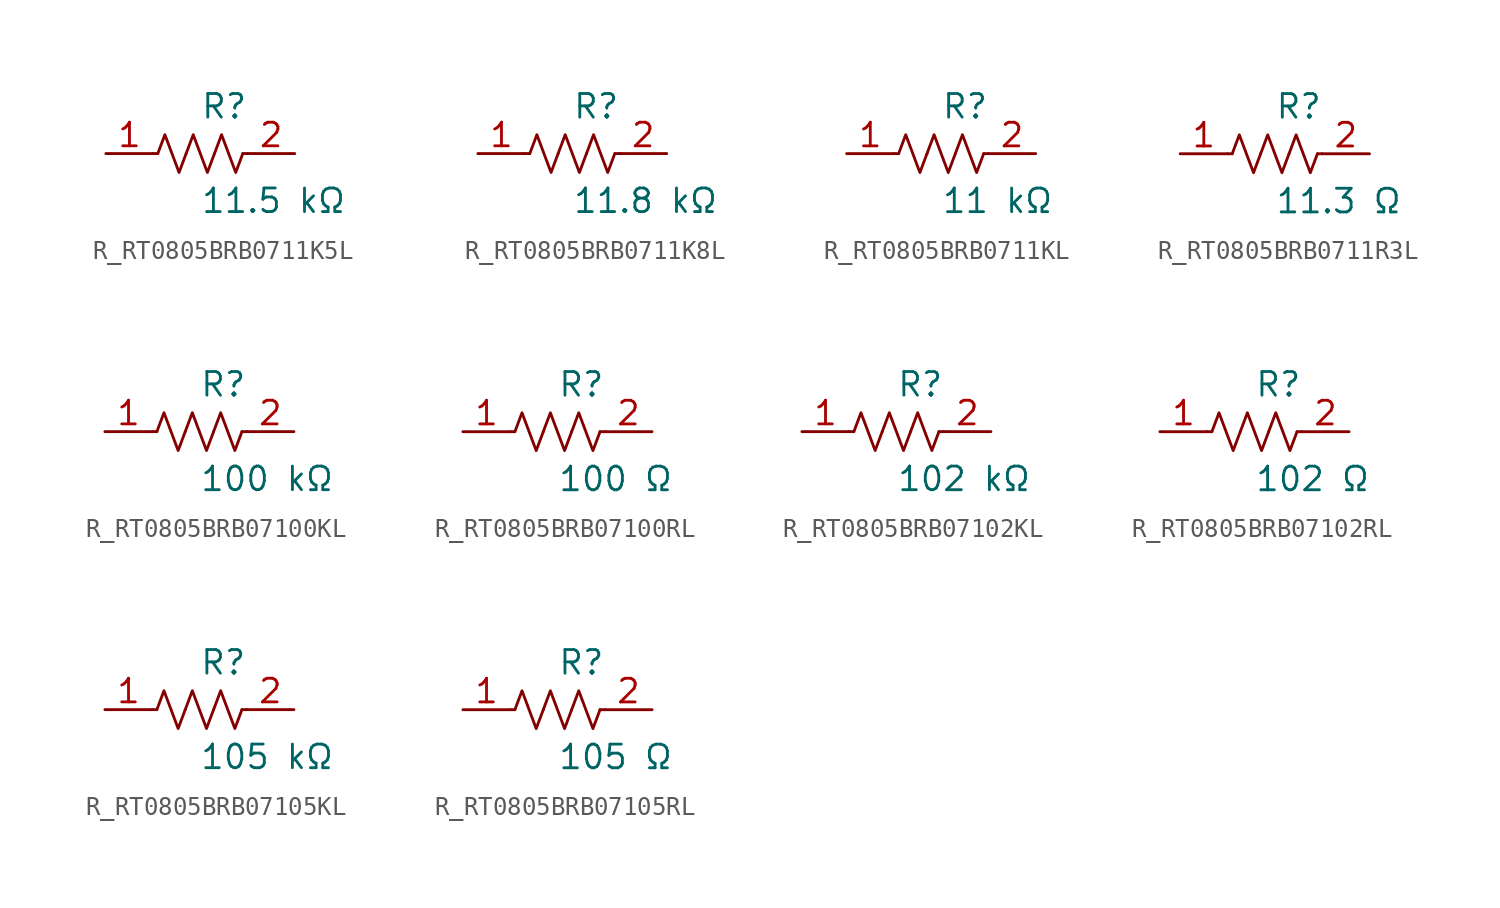
<source format=kicad_sym>
(kicad_symbol_lib
  (version 20231120)
  (generator kicad_symbol_editor)
  (generator_version 8.0)
  (symbol "R_RT0805BRB0711K5L"
    (pin_names
      (offset 0.254))
    (property "Reference" "R"
      (at 0 2.54 0)
      (effects (font (size 1.27 1.27)) (justify left)))
    (property "Value" "11.5 kΩ"
      (at 0 -2.54 0)
      (effects (font (size 1.27 1.27)) (justify left)))
    (symbol "R_RT0805BRB0711K5L_0_1"
      (polyline (pts (xy 2.286 0) (xy 2.54 0)) (stroke (width 0) (type default)) (fill (type none)))
      (polyline (pts (xy -2.286 0) (xy -2.54 0)) (stroke (width 0) (type default)) (fill (type none)))
      (polyline (pts (xy 0.762 0) (xy 1.143 1.016) (xy 1.524 0) (xy 1.905 -1.016) (xy 2.286 0)) (stroke (width 0) (type default)) (fill (type none)))
      (polyline (pts (xy -0.762 0) (xy -0.381 1.016) (xy 0 0) (xy 0.381 -1.016) (xy 0.762 0)) (stroke (width 0) (type default)) (fill (type none)))
      (polyline (pts (xy -2.286 0) (xy -1.905 1.016) (xy -1.524 0) (xy -1.143 -1.016) (xy -0.762 0)) (stroke (width 0) (type default)) (fill (type none))))
    (pin unspecified line
      (at -5.08 0 0)
      (length 2.54)
      (name "" (effects (font (size 1.27 1.27))))
      (number "1" (effects (font (size 1.27 1.27)))))
    (pin unspecified line
      (at 5.08 0 180)
      (length 2.54)
      (name "" (effects (font (size 1.27 1.27))))
      (number "2" (effects (font (size 1.27 1.27))))))
  (symbol "R_RT0805BRB0711K8L"
    (pin_names
      (offset 0.254))
    (property "Reference" "R"
      (at 0 2.54 0)
      (effects (font (size 1.27 1.27)) (justify left)))
    (property "Value" "11.8 kΩ"
      (at 0 -2.54 0)
      (effects (font (size 1.27 1.27)) (justify left)))
    (symbol "R_RT0805BRB0711K8L_0_1"
      (polyline (pts (xy 2.286 0) (xy 2.54 0)) (stroke (width 0) (type default)) (fill (type none)))
      (polyline (pts (xy -2.286 0) (xy -2.54 0)) (stroke (width 0) (type default)) (fill (type none)))
      (polyline (pts (xy 0.762 0) (xy 1.143 1.016) (xy 1.524 0) (xy 1.905 -1.016) (xy 2.286 0)) (stroke (width 0) (type default)) (fill (type none)))
      (polyline (pts (xy -0.762 0) (xy -0.381 1.016) (xy 0 0) (xy 0.381 -1.016) (xy 0.762 0)) (stroke (width 0) (type default)) (fill (type none)))
      (polyline (pts (xy -2.286 0) (xy -1.905 1.016) (xy -1.524 0) (xy -1.143 -1.016) (xy -0.762 0)) (stroke (width 0) (type default)) (fill (type none))))
    (pin unspecified line
      (at -5.08 0 0)
      (length 2.54)
      (name "" (effects (font (size 1.27 1.27))))
      (number "1" (effects (font (size 1.27 1.27)))))
    (pin unspecified line
      (at 5.08 0 180)
      (length 2.54)
      (name "" (effects (font (size 1.27 1.27))))
      (number "2" (effects (font (size 1.27 1.27))))))
  (symbol "R_RT0805BRB0711KL"
    (pin_names
      (offset 0.254))
    (property "Reference" "R"
      (at 0 2.54 0)
      (effects (font (size 1.27 1.27)) (justify left)))
    (property "Value" "11 kΩ"
      (at 0 -2.54 0)
      (effects (font (size 1.27 1.27)) (justify left)))
    (symbol "R_RT0805BRB0711KL_0_1"
      (polyline (pts (xy 2.286 0) (xy 2.54 0)) (stroke (width 0) (type default)) (fill (type none)))
      (polyline (pts (xy -2.286 0) (xy -2.54 0)) (stroke (width 0) (type default)) (fill (type none)))
      (polyline (pts (xy 0.762 0) (xy 1.143 1.016) (xy 1.524 0) (xy 1.905 -1.016) (xy 2.286 0)) (stroke (width 0) (type default)) (fill (type none)))
      (polyline (pts (xy -0.762 0) (xy -0.381 1.016) (xy 0 0) (xy 0.381 -1.016) (xy 0.762 0)) (stroke (width 0) (type default)) (fill (type none)))
      (polyline (pts (xy -2.286 0) (xy -1.905 1.016) (xy -1.524 0) (xy -1.143 -1.016) (xy -0.762 0)) (stroke (width 0) (type default)) (fill (type none))))
    (pin unspecified line
      (at -5.08 0 0)
      (length 2.54)
      (name "" (effects (font (size 1.27 1.27))))
      (number "1" (effects (font (size 1.27 1.27)))))
    (pin unspecified line
      (at 5.08 0 180)
      (length 2.54)
      (name "" (effects (font (size 1.27 1.27))))
      (number "2" (effects (font (size 1.27 1.27))))))
  (symbol "R_RT0805BRB0711R3L"
    (pin_names
      (offset 0.254))
    (property "Reference" "R"
      (at 0 2.54 0)
      (effects (font (size 1.27 1.27)) (justify left)))
    (property "Value" "11.3 Ω"
      (at 0 -2.54 0)
      (effects (font (size 1.27 1.27)) (justify left)))
    (symbol "R_RT0805BRB0711R3L_0_1"
      (polyline (pts (xy 2.286 0) (xy 2.54 0)) (stroke (width 0) (type default)) (fill (type none)))
      (polyline (pts (xy -2.286 0) (xy -2.54 0)) (stroke (width 0) (type default)) (fill (type none)))
      (polyline (pts (xy 0.762 0) (xy 1.143 1.016) (xy 1.524 0) (xy 1.905 -1.016) (xy 2.286 0)) (stroke (width 0) (type default)) (fill (type none)))
      (polyline (pts (xy -0.762 0) (xy -0.381 1.016) (xy 0 0) (xy 0.381 -1.016) (xy 0.762 0)) (stroke (width 0) (type default)) (fill (type none)))
      (polyline (pts (xy -2.286 0) (xy -1.905 1.016) (xy -1.524 0) (xy -1.143 -1.016) (xy -0.762 0)) (stroke (width 0) (type default)) (fill (type none))))
    (pin unspecified line
      (at -5.08 0 0)
      (length 2.54)
      (name "" (effects (font (size 1.27 1.27))))
      (number "1" (effects (font (size 1.27 1.27)))))
    (pin unspecified line
      (at 5.08 0 180)
      (length 2.54)
      (name "" (effects (font (size 1.27 1.27))))
      (number "2" (effects (font (size 1.27 1.27))))))
  (symbol "R_RT0805BRB07100KL"
    (pin_names
      (offset 0.254))
    (property "Reference" "R"
      (at 0 2.54 0)
      (effects (font (size 1.27 1.27)) (justify left)))
    (property "Value" "100 kΩ"
      (at 0 -2.54 0)
      (effects (font (size 1.27 1.27)) (justify left)))
    (symbol "R_RT0805BRB07100KL_0_1"
      (polyline (pts (xy 2.286 0) (xy 2.54 0)) (stroke (width 0) (type default)) (fill (type none)))
      (polyline (pts (xy -2.286 0) (xy -2.54 0)) (stroke (width 0) (type default)) (fill (type none)))
      (polyline (pts (xy 0.762 0) (xy 1.143 1.016) (xy 1.524 0) (xy 1.905 -1.016) (xy 2.286 0)) (stroke (width 0) (type default)) (fill (type none)))
      (polyline (pts (xy -0.762 0) (xy -0.381 1.016) (xy 0 0) (xy 0.381 -1.016) (xy 0.762 0)) (stroke (width 0) (type default)) (fill (type none)))
      (polyline (pts (xy -2.286 0) (xy -1.905 1.016) (xy -1.524 0) (xy -1.143 -1.016) (xy -0.762 0)) (stroke (width 0) (type default)) (fill (type none))))
    (pin unspecified line
      (at -5.08 0 0)
      (length 2.54)
      (name "" (effects (font (size 1.27 1.27))))
      (number "1" (effects (font (size 1.27 1.27)))))
    (pin unspecified line
      (at 5.08 0 180)
      (length 2.54)
      (name "" (effects (font (size 1.27 1.27))))
      (number "2" (effects (font (size 1.27 1.27))))))
  (symbol "R_RT0805BRB07100RL"
    (pin_names
      (offset 0.254))
    (property "Reference" "R"
      (at 0 2.54 0)
      (effects (font (size 1.27 1.27)) (justify left)))
    (property "Value" "100 Ω"
      (at 0 -2.54 0)
      (effects (font (size 1.27 1.27)) (justify left)))
    (symbol "R_RT0805BRB07100RL_0_1"
      (polyline (pts (xy 2.286 0) (xy 2.54 0)) (stroke (width 0) (type default)) (fill (type none)))
      (polyline (pts (xy -2.286 0) (xy -2.54 0)) (stroke (width 0) (type default)) (fill (type none)))
      (polyline (pts (xy 0.762 0) (xy 1.143 1.016) (xy 1.524 0) (xy 1.905 -1.016) (xy 2.286 0)) (stroke (width 0) (type default)) (fill (type none)))
      (polyline (pts (xy -0.762 0) (xy -0.381 1.016) (xy 0 0) (xy 0.381 -1.016) (xy 0.762 0)) (stroke (width 0) (type default)) (fill (type none)))
      (polyline (pts (xy -2.286 0) (xy -1.905 1.016) (xy -1.524 0) (xy -1.143 -1.016) (xy -0.762 0)) (stroke (width 0) (type default)) (fill (type none))))
    (pin unspecified line
      (at -5.08 0 0)
      (length 2.54)
      (name "" (effects (font (size 1.27 1.27))))
      (number "1" (effects (font (size 1.27 1.27)))))
    (pin unspecified line
      (at 5.08 0 180)
      (length 2.54)
      (name "" (effects (font (size 1.27 1.27))))
      (number "2" (effects (font (size 1.27 1.27))))))
  (symbol "R_RT0805BRB07102KL"
    (pin_names
      (offset 0.254))
    (property "Reference" "R"
      (at 0 2.54 0)
      (effects (font (size 1.27 1.27)) (justify left)))
    (property "Value" "102 kΩ"
      (at 0 -2.54 0)
      (effects (font (size 1.27 1.27)) (justify left)))
    (symbol "R_RT0805BRB07102KL_0_1"
      (polyline (pts (xy 2.286 0) (xy 2.54 0)) (stroke (width 0) (type default)) (fill (type none)))
      (polyline (pts (xy -2.286 0) (xy -2.54 0)) (stroke (width 0) (type default)) (fill (type none)))
      (polyline (pts (xy 0.762 0) (xy 1.143 1.016) (xy 1.524 0) (xy 1.905 -1.016) (xy 2.286 0)) (stroke (width 0) (type default)) (fill (type none)))
      (polyline (pts (xy -0.762 0) (xy -0.381 1.016) (xy 0 0) (xy 0.381 -1.016) (xy 0.762 0)) (stroke (width 0) (type default)) (fill (type none)))
      (polyline (pts (xy -2.286 0) (xy -1.905 1.016) (xy -1.524 0) (xy -1.143 -1.016) (xy -0.762 0)) (stroke (width 0) (type default)) (fill (type none))))
    (pin unspecified line
      (at -5.08 0 0)
      (length 2.54)
      (name "" (effects (font (size 1.27 1.27))))
      (number "1" (effects (font (size 1.27 1.27)))))
    (pin unspecified line
      (at 5.08 0 180)
      (length 2.54)
      (name "" (effects (font (size 1.27 1.27))))
      (number "2" (effects (font (size 1.27 1.27))))))
  (symbol "R_RT0805BRB07102RL"
    (pin_names
      (offset 0.254))
    (property "Reference" "R"
      (at 0 2.54 0)
      (effects (font (size 1.27 1.27)) (justify left)))
    (property "Value" "102 Ω"
      (at 0 -2.54 0)
      (effects (font (size 1.27 1.27)) (justify left)))
    (symbol "R_RT0805BRB07102RL_0_1"
      (polyline (pts (xy 2.286 0) (xy 2.54 0)) (stroke (width 0) (type default)) (fill (type none)))
      (polyline (pts (xy -2.286 0) (xy -2.54 0)) (stroke (width 0) (type default)) (fill (type none)))
      (polyline (pts (xy 0.762 0) (xy 1.143 1.016) (xy 1.524 0) (xy 1.905 -1.016) (xy 2.286 0)) (stroke (width 0) (type default)) (fill (type none)))
      (polyline (pts (xy -0.762 0) (xy -0.381 1.016) (xy 0 0) (xy 0.381 -1.016) (xy 0.762 0)) (stroke (width 0) (type default)) (fill (type none)))
      (polyline (pts (xy -2.286 0) (xy -1.905 1.016) (xy -1.524 0) (xy -1.143 -1.016) (xy -0.762 0)) (stroke (width 0) (type default)) (fill (type none))))
    (pin unspecified line
      (at -5.08 0 0)
      (length 2.54)
      (name "" (effects (font (size 1.27 1.27))))
      (number "1" (effects (font (size 1.27 1.27)))))
    (pin unspecified line
      (at 5.08 0 180)
      (length 2.54)
      (name "" (effects (font (size 1.27 1.27))))
      (number "2" (effects (font (size 1.27 1.27))))))
  (symbol "R_RT0805BRB07105KL"
    (pin_names
      (offset 0.254))
    (property "Reference" "R"
      (at 0 2.54 0)
      (effects (font (size 1.27 1.27)) (justify left)))
    (property "Value" "105 kΩ"
      (at 0 -2.54 0)
      (effects (font (size 1.27 1.27)) (justify left)))
    (symbol "R_RT0805BRB07105KL_0_1"
      (polyline (pts (xy 2.286 0) (xy 2.54 0)) (stroke (width 0) (type default)) (fill (type none)))
      (polyline (pts (xy -2.286 0) (xy -2.54 0)) (stroke (width 0) (type default)) (fill (type none)))
      (polyline (pts (xy 0.762 0) (xy 1.143 1.016) (xy 1.524 0) (xy 1.905 -1.016) (xy 2.286 0)) (stroke (width 0) (type default)) (fill (type none)))
      (polyline (pts (xy -0.762 0) (xy -0.381 1.016) (xy 0 0) (xy 0.381 -1.016) (xy 0.762 0)) (stroke (width 0) (type default)) (fill (type none)))
      (polyline (pts (xy -2.286 0) (xy -1.905 1.016) (xy -1.524 0) (xy -1.143 -1.016) (xy -0.762 0)) (stroke (width 0) (type default)) (fill (type none))))
    (pin unspecified line
      (at -5.08 0 0)
      (length 2.54)
      (name "" (effects (font (size 1.27 1.27))))
      (number "1" (effects (font (size 1.27 1.27)))))
    (pin unspecified line
      (at 5.08 0 180)
      (length 2.54)
      (name "" (effects (font (size 1.27 1.27))))
      (number "2" (effects (font (size 1.27 1.27))))))
  (symbol "R_RT0805BRB07105RL"
    (pin_names
      (offset 0.254))
    (property "Reference" "R"
      (at 0 2.54 0)
      (effects (font (size 1.27 1.27)) (justify left)))
    (property "Value" "105 Ω"
      (at 0 -2.54 0)
      (effects (font (size 1.27 1.27)) (justify left)))
    (symbol "R_RT0805BRB07105RL_0_1"
      (polyline (pts (xy 2.286 0) (xy 2.54 0)) (stroke (width 0) (type default)) (fill (type none)))
      (polyline (pts (xy -2.286 0) (xy -2.54 0)) (stroke (width 0) (type default)) (fill (type none)))
      (polyline (pts (xy 0.762 0) (xy 1.143 1.016) (xy 1.524 0) (xy 1.905 -1.016) (xy 2.286 0)) (stroke (width 0) (type default)) (fill (type none)))
      (polyline (pts (xy -0.762 0) (xy -0.381 1.016) (xy 0 0) (xy 0.381 -1.016) (xy 0.762 0)) (stroke (width 0) (type default)) (fill (type none)))
      (polyline (pts (xy -2.286 0) (xy -1.905 1.016) (xy -1.524 0) (xy -1.143 -1.016) (xy -0.762 0)) (stroke (width 0) (type default)) (fill (type none))))
    (pin unspecified line
      (at -5.08 0 0)
      (length 2.54)
      (name "" (effects (font (size 1.27 1.27))))
      (number "1" (effects (font (size 1.27 1.27)))))
    (pin unspecified line
      (at 5.08 0 180)
      (length 2.54)
      (name "" (effects (font (size 1.27 1.27))))
      (number "2" (effects (font (size 1.27 1.27)))))))
</source>
